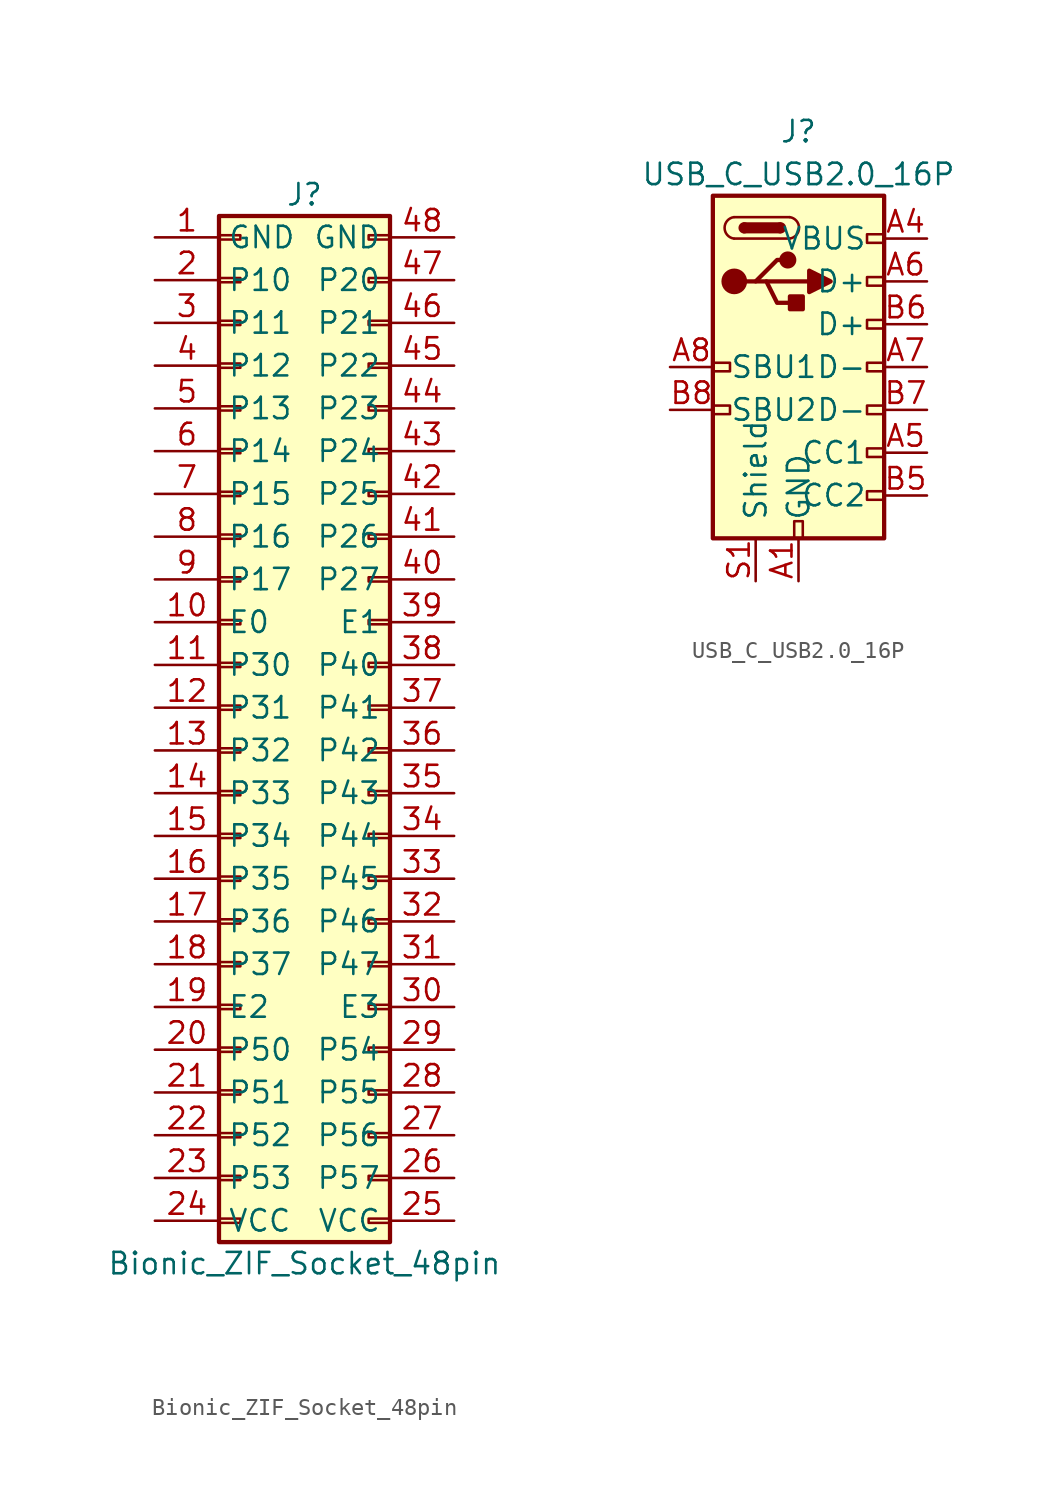
<source format=kicad_sym>
(kicad_symbol_lib
  (version 20231120)
  (generator "kicad_symbol_editor")
  (generator_version "8.0")
  (symbol "Bionic_ZIF_Socket_48pin"
    (property "Reference" "J"
      (at 3.81 30.48 0)
      (effects (font (size 1.27 1.27))))
    (property "Value" "Bionic_ZIF_Socket_48pin"
      (at 3.81 -33.02 0)
      (effects (font (size 1.27 1.27))))
    (symbol "Bionic_ZIF_Socket_48pin_1_1"
      (rectangle (start -1.27 -30.353) (end 0 -30.607) (stroke (width 0.152) (type default)) (fill (type none)))
      (rectangle (start -1.27 -27.813) (end 0 -28.067) (stroke (width 0.152) (type default)) (fill (type none)))
      (rectangle (start -1.27 -25.273) (end 0 -25.527) (stroke (width 0.152) (type default)) (fill (type none)))
      (rectangle (start -1.27 -22.733) (end 0 -22.987) (stroke (width 0.152) (type default)) (fill (type none)))
      (rectangle (start -1.27 -20.193) (end 0 -20.447) (stroke (width 0.152) (type default)) (fill (type none)))
      (rectangle (start -1.27 -17.653) (end 0 -17.907) (stroke (width 0.152) (type default)) (fill (type none)))
      (rectangle (start -1.27 -15.113) (end 0 -15.367) (stroke (width 0.152) (type default)) (fill (type none)))
      (rectangle (start -1.27 -12.573) (end 0 -12.827) (stroke (width 0.152) (type default)) (fill (type none)))
      (rectangle (start -1.27 -10.033) (end 0 -10.287) (stroke (width 0.152) (type default)) (fill (type none)))
      (rectangle (start -1.27 -7.493) (end 0 -7.747) (stroke (width 0.152) (type default)) (fill (type none)))
      (rectangle (start -1.27 -4.953) (end 0 -5.207) (stroke (width 0.152) (type default)) (fill (type none)))
      (rectangle (start -1.27 -2.413) (end 0 -2.667) (stroke (width 0.152) (type default)) (fill (type none)))
      (rectangle (start -1.27 0.127) (end 0 -0.127) (stroke (width 0.152) (type default)) (fill (type none)))
      (rectangle (start -1.27 2.667) (end 0 2.413) (stroke (width 0.152) (type default)) (fill (type none)))
      (rectangle (start -1.27 5.207) (end 0 4.953) (stroke (width 0.152) (type default)) (fill (type none)))
      (rectangle (start -1.27 7.747) (end 0 7.493) (stroke (width 0.152) (type default)) (fill (type none)))
      (rectangle (start -1.27 10.287) (end 0 10.033) (stroke (width 0.152) (type default)) (fill (type none)))
      (rectangle (start -1.27 12.827) (end 0 12.573) (stroke (width 0.152) (type default)) (fill (type none)))
      (rectangle (start -1.27 15.367) (end 0 15.113) (stroke (width 0.152) (type default)) (fill (type none)))
      (rectangle (start -1.27 17.907) (end 0 17.653) (stroke (width 0.152) (type default)) (fill (type none)))
      (rectangle (start -1.27 20.447) (end 0 20.193) (stroke (width 0.152) (type default)) (fill (type none)))
      (rectangle (start -1.27 22.987) (end 0 22.733) (stroke (width 0.152) (type default)) (fill (type none)))
      (rectangle (start -1.27 25.527) (end 0 25.273) (stroke (width 0.152) (type default)) (fill (type none)))
      (rectangle (start -1.27 28.067) (end 0 27.813) (stroke (width 0.152) (type default)) (fill (type none)))
      (rectangle (start -1.27 29.21) (end 8.89 -31.75) (stroke (width 0.254) (type default)) (fill (type background)))
      (rectangle (start 8.89 -30.353) (end 7.62 -30.607) (stroke (width 0.152) (type default)) (fill (type none)))
      (rectangle (start 8.89 -27.813) (end 7.62 -28.067) (stroke (width 0.152) (type default)) (fill (type none)))
      (rectangle (start 8.89 -25.273) (end 7.62 -25.527) (stroke (width 0.152) (type default)) (fill (type none)))
      (rectangle (start 8.89 -22.733) (end 7.62 -22.987) (stroke (width 0.152) (type default)) (fill (type none)))
      (rectangle (start 8.89 -20.193) (end 7.62 -20.447) (stroke (width 0.152) (type default)) (fill (type none)))
      (rectangle (start 8.89 -17.653) (end 7.62 -17.907) (stroke (width 0.152) (type default)) (fill (type none)))
      (rectangle (start 8.89 -15.113) (end 7.62 -15.367) (stroke (width 0.152) (type default)) (fill (type none)))
      (rectangle (start 8.89 -12.573) (end 7.62 -12.827) (stroke (width 0.152) (type default)) (fill (type none)))
      (rectangle (start 8.89 -10.033) (end 7.62 -10.287) (stroke (width 0.152) (type default)) (fill (type none)))
      (rectangle (start 8.89 -7.493) (end 7.62 -7.747) (stroke (width 0.152) (type default)) (fill (type none)))
      (rectangle (start 8.89 -4.953) (end 7.62 -5.207) (stroke (width 0.152) (type default)) (fill (type none)))
      (rectangle (start 8.89 -2.413) (end 7.62 -2.667) (stroke (width 0.152) (type default)) (fill (type none)))
      (rectangle (start 8.89 0.127) (end 7.62 -0.127) (stroke (width 0.152) (type default)) (fill (type none)))
      (rectangle (start 8.89 2.667) (end 7.62 2.413) (stroke (width 0.152) (type default)) (fill (type none)))
      (rectangle (start 8.89 5.207) (end 7.62 4.953) (stroke (width 0.152) (type default)) (fill (type none)))
      (rectangle (start 8.89 7.747) (end 7.62 7.493) (stroke (width 0.152) (type default)) (fill (type none)))
      (rectangle (start 8.89 10.287) (end 7.62 10.033) (stroke (width 0.152) (type default)) (fill (type none)))
      (rectangle (start 8.89 12.827) (end 7.62 12.573) (stroke (width 0.152) (type default)) (fill (type none)))
      (rectangle (start 8.89 15.367) (end 7.62 15.113) (stroke (width 0.152) (type default)) (fill (type none)))
      (rectangle (start 8.89 17.907) (end 7.62 17.653) (stroke (width 0.152) (type default)) (fill (type none)))
      (rectangle (start 8.89 20.447) (end 7.62 20.193) (stroke (width 0.152) (type default)) (fill (type none)))
      (rectangle (start 8.89 22.987) (end 7.62 22.733) (stroke (width 0.152) (type default)) (fill (type none)))
      (rectangle (start 8.89 25.527) (end 7.62 25.273) (stroke (width 0.152) (type default)) (fill (type none)))
      (rectangle (start 8.89 28.067) (end 7.62 27.813) (stroke (width 0.152) (type default)) (fill (type none)))
      (pin passive line (at -5.08 27.94 0) (length 3.81) (name "GND" (effects (font (size 1.27 1.27)))) (number "1" (effects (font (size 1.27 1.27)))))
      (pin passive line (at -5.08 5.08 0) (length 3.81) (name "E0" (effects (font (size 1.27 1.27)))) (number "10" (effects (font (size 1.27 1.27)))))
      (pin passive line (at -5.08 2.54 0) (length 3.81) (name "P30" (effects (font (size 1.27 1.27)))) (number "11" (effects (font (size 1.27 1.27)))))
      (pin passive line (at -5.08 0 0) (length 3.81) (name "P31" (effects (font (size 1.27 1.27)))) (number "12" (effects (font (size 1.27 1.27)))))
      (pin passive line (at -5.08 -2.54 0) (length 3.81) (name "P32" (effects (font (size 1.27 1.27)))) (number "13" (effects (font (size 1.27 1.27)))))
      (pin passive line (at -5.08 -5.08 0) (length 3.81) (name "P33" (effects (font (size 1.27 1.27)))) (number "14" (effects (font (size 1.27 1.27)))))
      (pin passive line (at -5.08 -7.62 0) (length 3.81) (name "P34" (effects (font (size 1.27 1.27)))) (number "15" (effects (font (size 1.27 1.27)))))
      (pin passive line (at -5.08 -10.16 0) (length 3.81) (name "P35" (effects (font (size 1.27 1.27)))) (number "16" (effects (font (size 1.27 1.27)))))
      (pin passive line (at -5.08 -12.7 0) (length 3.81) (name "P36" (effects (font (size 1.27 1.27)))) (number "17" (effects (font (size 1.27 1.27)))))
      (pin passive line (at -5.08 -15.24 0) (length 3.81) (name "P37" (effects (font (size 1.27 1.27)))) (number "18" (effects (font (size 1.27 1.27)))))
      (pin passive line (at -5.08 -17.78 0) (length 3.81) (name "E2" (effects (font (size 1.27 1.27)))) (number "19" (effects (font (size 1.27 1.27)))))
      (pin passive line (at -5.08 25.4 0) (length 3.81) (name "P10" (effects (font (size 1.27 1.27)))) (number "2" (effects (font (size 1.27 1.27)))))
      (pin passive line (at -5.08 -20.32 0) (length 3.81) (name "P50" (effects (font (size 1.27 1.27)))) (number "20" (effects (font (size 1.27 1.27)))))
      (pin passive line (at -5.08 -22.86 0) (length 3.81) (name "P51" (effects (font (size 1.27 1.27)))) (number "21" (effects (font (size 1.27 1.27)))))
      (pin passive line (at -5.08 -25.4 0) (length 3.81) (name "P52" (effects (font (size 1.27 1.27)))) (number "22" (effects (font (size 1.27 1.27)))))
      (pin passive line (at -5.08 -27.94 0) (length 3.81) (name "P53" (effects (font (size 1.27 1.27)))) (number "23" (effects (font (size 1.27 1.27)))))
      (pin passive line (at -5.08 -30.48 0) (length 3.81) (name "VCC" (effects (font (size 1.27 1.27)))) (number "24" (effects (font (size 1.27 1.27)))))
      (pin passive line (at 12.7 -30.48 180) (length 3.81) (name "VCC" (effects (font (size 1.27 1.27)))) (number "25" (effects (font (size 1.27 1.27)))))
      (pin passive line (at 12.7 -27.94 180) (length 3.81) (name "P57" (effects (font (size 1.27 1.27)))) (number "26" (effects (font (size 1.27 1.27)))))
      (pin passive line (at 12.7 -25.4 180) (length 3.81) (name "P56" (effects (font (size 1.27 1.27)))) (number "27" (effects (font (size 1.27 1.27)))))
      (pin passive line (at 12.7 -22.86 180) (length 3.81) (name "P55" (effects (font (size 1.27 1.27)))) (number "28" (effects (font (size 1.27 1.27)))))
      (pin passive line (at 12.7 -20.32 180) (length 3.81) (name "P54" (effects (font (size 1.27 1.27)))) (number "29" (effects (font (size 1.27 1.27)))))
      (pin passive line (at -5.08 22.86 0) (length 3.81) (name "P11" (effects (font (size 1.27 1.27)))) (number "3" (effects (font (size 1.27 1.27)))))
      (pin passive line (at 12.7 -17.78 180) (length 3.81) (name "E3" (effects (font (size 1.27 1.27)))) (number "30" (effects (font (size 1.27 1.27)))))
      (pin passive line (at 12.7 -15.24 180) (length 3.81) (name "P47" (effects (font (size 1.27 1.27)))) (number "31" (effects (font (size 1.27 1.27)))))
      (pin passive line (at 12.7 -12.7 180) (length 3.81) (name "P46" (effects (font (size 1.27 1.27)))) (number "32" (effects (font (size 1.27 1.27)))))
      (pin passive line (at 12.7 -10.16 180) (length 3.81) (name "P45" (effects (font (size 1.27 1.27)))) (number "33" (effects (font (size 1.27 1.27)))))
      (pin passive line (at 12.7 -7.62 180) (length 3.81) (name "P44" (effects (font (size 1.27 1.27)))) (number "34" (effects (font (size 1.27 1.27)))))
      (pin passive line (at 12.7 -5.08 180) (length 3.81) (name "P43" (effects (font (size 1.27 1.27)))) (number "35" (effects (font (size 1.27 1.27)))))
      (pin passive line (at 12.7 -2.54 180) (length 3.81) (name "P42" (effects (font (size 1.27 1.27)))) (number "36" (effects (font (size 1.27 1.27)))))
      (pin passive line (at 12.7 0 180) (length 3.81) (name "P41" (effects (font (size 1.27 1.27)))) (number "37" (effects (font (size 1.27 1.27)))))
      (pin passive line (at 12.7 2.54 180) (length 3.81) (name "P40" (effects (font (size 1.27 1.27)))) (number "38" (effects (font (size 1.27 1.27)))))
      (pin passive line (at 12.7 5.08 180) (length 3.81) (name "E1" (effects (font (size 1.27 1.27)))) (number "39" (effects (font (size 1.27 1.27)))))
      (pin passive line (at -5.08 20.32 0) (length 3.81) (name "P12" (effects (font (size 1.27 1.27)))) (number "4" (effects (font (size 1.27 1.27)))))
      (pin passive line (at 12.7 7.62 180) (length 3.81) (name "P27" (effects (font (size 1.27 1.27)))) (number "40" (effects (font (size 1.27 1.27)))))
      (pin passive line (at 12.7 10.16 180) (length 3.81) (name "P26" (effects (font (size 1.27 1.27)))) (number "41" (effects (font (size 1.27 1.27)))))
      (pin passive line (at 12.7 12.7 180) (length 3.81) (name "P25" (effects (font (size 1.27 1.27)))) (number "42" (effects (font (size 1.27 1.27)))))
      (pin passive line (at 12.7 15.24 180) (length 3.81) (name "P24" (effects (font (size 1.27 1.27)))) (number "43" (effects (font (size 1.27 1.27)))))
      (pin passive line (at 12.7 17.78 180) (length 3.81) (name "P23" (effects (font (size 1.27 1.27)))) (number "44" (effects (font (size 1.27 1.27)))))
      (pin passive line (at 12.7 20.32 180) (length 3.81) (name "P22" (effects (font (size 1.27 1.27)))) (number "45" (effects (font (size 1.27 1.27)))))
      (pin passive line (at 12.7 22.86 180) (length 3.81) (name "P21" (effects (font (size 1.27 1.27)))) (number "46" (effects (font (size 1.27 1.27)))))
      (pin passive line (at 12.7 25.4 180) (length 3.81) (name "P20" (effects (font (size 1.27 1.27)))) (number "47" (effects (font (size 1.27 1.27)))))
      (pin passive line (at 12.7 27.94 180) (length 3.81) (name "GND" (effects (font (size 1.27 1.27)))) (number "48" (effects (font (size 1.27 1.27)))))
      (pin passive line (at -5.08 17.78 0) (length 3.81) (name "P13" (effects (font (size 1.27 1.27)))) (number "5" (effects (font (size 1.27 1.27)))))
      (pin passive line (at -5.08 15.24 0) (length 3.81) (name "P14" (effects (font (size 1.27 1.27)))) (number "6" (effects (font (size 1.27 1.27)))))
      (pin passive line (at -5.08 12.7 0) (length 3.81) (name "P15" (effects (font (size 1.27 1.27)))) (number "7" (effects (font (size 1.27 1.27)))))
      (pin passive line (at -5.08 10.16 0) (length 3.81) (name "P16" (effects (font (size 1.27 1.27)))) (number "8" (effects (font (size 1.27 1.27)))))
      (pin passive line (at -5.08 7.62 0) (length 3.81) (name "P17" (effects (font (size 1.27 1.27)))) (number "9" (effects (font (size 1.27 1.27)))))))
  (symbol "USB_C_USB2.0_16P"
    (pin_names
      (offset 1.016))
    (property "Reference" "J"
      (at 5.08 3.81 0)
      (effects (font (size 1.27 1.27))))
    (property "Value" "USB_C_USB2.0_16P"
      (at 5.08 1.27 0)
      (effects (font (size 1.27 1.27))))
    (symbol "USB_C_USB2.0_16P_0_0"
      (rectangle (start 1.016 -12.954) (end 0 -12.446) (stroke (width 0) (type default)) (fill (type none)))
      (rectangle (start 1.016 -10.414) (end 0 -9.906) (stroke (width 0) (type default)) (fill (type none)))
      (rectangle (start 4.826 -20.32) (end 5.334 -19.304) (stroke (width 0) (type default)) (fill (type none)))
      (rectangle (start 9.144 -17.526) (end 10.16 -18.034) (stroke (width 0) (type default)) (fill (type none)))
      (rectangle (start 9.144 -14.986) (end 10.16 -15.494) (stroke (width 0) (type default)) (fill (type none)))
      (rectangle (start 10.16 -12.446) (end 9.144 -12.954) (stroke (width 0) (type default)) (fill (type none)))
      (rectangle (start 10.16 -9.906) (end 9.144 -10.414) (stroke (width 0) (type default)) (fill (type none)))
      (rectangle (start 10.16 -7.366) (end 9.144 -7.874) (stroke (width 0) (type default)) (fill (type none)))
      (rectangle (start 10.16 -4.826) (end 9.144 -5.334) (stroke (width 0) (type default)) (fill (type none)))
      (rectangle (start 10.16 -2.286) (end 9.144 -2.794) (stroke (width 0) (type default)) (fill (type none))))
    (symbol "USB_C_USB2.0_16P_0_1"
      (polyline (pts (xy 1.905 -5.08) (xy 2.54 -5.08) (xy 3.81 -3.81) (xy 4.445 -3.81)) (stroke (width 0.254) (type default)) (fill (type none)))
      (polyline (pts (xy 2.54 -5.08) (xy 3.175 -5.08) (xy 3.81 -6.35) (xy 5.08 -6.35)) (stroke (width 0.254) (type default)) (fill (type none)))
      (polyline (pts (xy 5.715 -4.445) (xy 5.715 -5.715) (xy 6.985 -5.08) (xy 5.715 -4.445)) (stroke (width 0.254) (type default)) (fill (type outline)))
      (rectangle (start 0 0) (end 10.16 -20.32) (stroke (width 0.254) (type default)) (fill (type background)))
      (circle (center 1.27 -5.08) (radius 0.635) (stroke (width 0.254) (type default)) (fill (type outline)))
      (rectangle (start 1.829 -1.651) (end 4.013 -2.159) (stroke (width 0) (type default)) (fill (type outline)))
      (circle (center 4.445 -3.81) (radius 0.381) (stroke (width 0.254) (type default)) (fill (type outline)))
      (rectangle (start 5.334 -5.969) (end 4.572 -6.731) (stroke (width 0.254) (type default)) (fill (type outline))))
    (symbol "USB_C_USB2.0_16P_1_0"
      (pin passive line (at 2.54 -22.86 90) (length 2.54) hide (name "Shield" (effects (font (size 1.27 1.27)))) (number "S2" (effects (font (size 1.27 1.27)))))
      (pin passive line (at 2.54 -22.86 90) (length 2.54) hide (name "Shield" (effects (font (size 1.27 1.27)))) (number "S3" (effects (font (size 1.27 1.27)))))
      (pin passive line (at 2.54 -22.86 90) (length 2.54) hide (name "Shield" (effects (font (size 1.27 1.27)))) (number "S4" (effects (font (size 1.27 1.27))))))
    (symbol "USB_C_USB2.0_16P_1_1"
      (polyline (pts (xy 1.27 -2.54) (xy 4.547 -2.54)) (stroke (width 0) (type default)) (fill (type none)))
      (polyline (pts (xy 1.27 -1.27) (xy 4.547 -1.27)) (stroke (width 0) (type default)) (fill (type none)))
      (polyline (pts (xy 3.175 -5.08) (xy 5.715 -5.08)) (stroke (width 0.254) (type default)) (fill (type none)))
      (arc (start 1.2446 -1.27) (mid 0.6966 -1.905) (end 1.2446 -2.54) (stroke (width 0) (type default)) (fill (type none)))
      (circle (center 1.854 -1.905) (radius 0.259) (stroke (width 0) (type default)) (fill (type outline)))
      (circle (center 4.013 -1.905) (radius 0.259) (stroke (width 0) (type default)) (fill (type outline)))
      (arc (start 4.5643 -2.54) (mid 5.1123 -1.905) (end 4.5643 -1.27) (stroke (width 0) (type default)) (fill (type none)))
      (pin passive line (at 5.08 -22.86 90) (length 2.54) (name "GND" (effects (font (size 1.27 1.27)))) (number "A1" (effects (font (size 1.27 1.27)))))
      (pin passive line (at 5.08 -22.86 90) (length 2.54) hide (name "GND" (effects (font (size 1.27 1.27)))) (number "A12" (effects (font (size 1.27 1.27)))))
      (pin passive line (at 12.7 -2.54 180) (length 2.54) (name "VBUS" (effects (font (size 1.27 1.27)))) (number "A4" (effects (font (size 1.27 1.27)))))
      (pin bidirectional line (at 12.7 -15.24 180) (length 2.54) (name "CC1" (effects (font (size 1.27 1.27)))) (number "A5" (effects (font (size 1.27 1.27)))))
      (pin bidirectional line (at 12.7 -5.08 180) (length 2.54) (name "D+" (effects (font (size 1.27 1.27)))) (number "A6" (effects (font (size 1.27 1.27)))))
      (pin bidirectional line (at 12.7 -10.16 180) (length 2.54) (name "D-" (effects (font (size 1.27 1.27)))) (number "A7" (effects (font (size 1.27 1.27)))))
      (pin bidirectional line (at -2.54 -10.16 0) (length 2.54) (name "SBU1" (effects (font (size 1.27 1.27)))) (number "A8" (effects (font (size 1.27 1.27)))))
      (pin passive line (at 12.7 -2.54 180) (length 2.54) hide (name "VBUS" (effects (font (size 1.27 1.27)))) (number "A9" (effects (font (size 1.27 1.27)))))
      (pin passive line (at 5.08 -22.86 90) (length 2.54) hide (name "GND" (effects (font (size 1.27 1.27)))) (number "B1" (effects (font (size 1.27 1.27)))))
      (pin passive line (at 5.08 -22.86 90) (length 2.54) hide (name "GND" (effects (font (size 1.27 1.27)))) (number "B12" (effects (font (size 1.27 1.27)))))
      (pin passive line (at 12.7 -2.54 180) (length 2.54) hide (name "VBUS" (effects (font (size 1.27 1.27)))) (number "B4" (effects (font (size 1.27 1.27)))))
      (pin bidirectional line (at 12.7 -17.78 180) (length 2.54) (name "CC2" (effects (font (size 1.27 1.27)))) (number "B5" (effects (font (size 1.27 1.27)))))
      (pin bidirectional line (at 12.7 -7.62 180) (length 2.54) (name "D+" (effects (font (size 1.27 1.27)))) (number "B6" (effects (font (size 1.27 1.27)))))
      (pin bidirectional line (at 12.7 -12.7 180) (length 2.54) (name "D-" (effects (font (size 1.27 1.27)))) (number "B7" (effects (font (size 1.27 1.27)))))
      (pin bidirectional line (at -2.54 -12.7 0) (length 2.54) (name "SBU2" (effects (font (size 1.27 1.27)))) (number "B8" (effects (font (size 1.27 1.27)))))
      (pin passive line (at 12.7 -2.54 180) (length 2.54) hide (name "VBUS" (effects (font (size 1.27 1.27)))) (number "B9" (effects (font (size 1.27 1.27)))))
      (pin passive line (at 2.54 -22.86 90) (length 2.54) (name "Shield" (effects (font (size 1.27 1.27)))) (number "S1" (effects (font (size 1.27 1.27))))))))
</source>
